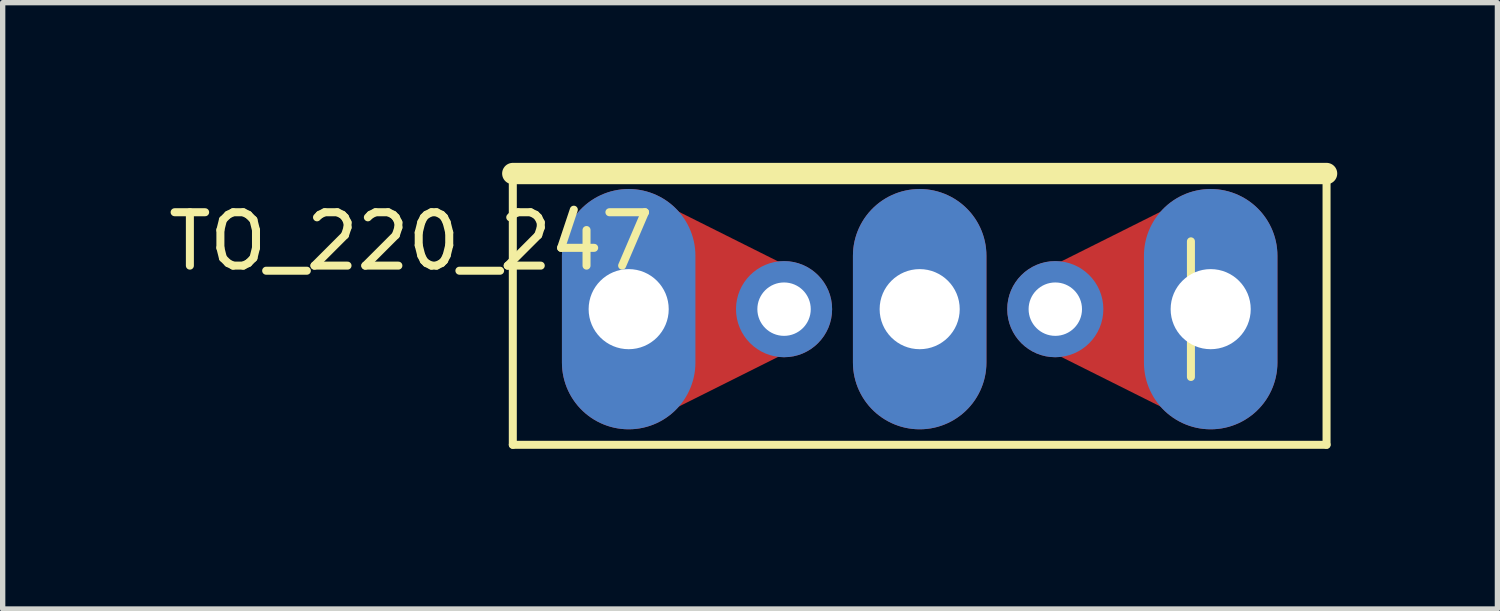
<source format=kicad_pcb>
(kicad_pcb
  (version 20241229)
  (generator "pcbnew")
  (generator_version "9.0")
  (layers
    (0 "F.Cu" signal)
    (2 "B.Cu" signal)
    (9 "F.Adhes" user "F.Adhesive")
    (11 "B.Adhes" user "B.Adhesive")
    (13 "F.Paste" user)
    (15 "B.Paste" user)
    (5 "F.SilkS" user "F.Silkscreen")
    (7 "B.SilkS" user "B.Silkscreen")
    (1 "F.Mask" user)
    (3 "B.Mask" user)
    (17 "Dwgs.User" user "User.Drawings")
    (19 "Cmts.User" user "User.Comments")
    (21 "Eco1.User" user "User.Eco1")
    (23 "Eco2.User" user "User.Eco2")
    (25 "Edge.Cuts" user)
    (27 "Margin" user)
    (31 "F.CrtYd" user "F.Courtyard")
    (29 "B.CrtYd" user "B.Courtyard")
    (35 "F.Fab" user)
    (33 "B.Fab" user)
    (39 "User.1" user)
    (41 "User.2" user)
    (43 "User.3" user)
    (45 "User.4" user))
  (footprint "TO_220_247"
    (layer "F.Cu")
    (at 14.174 2.74)
    (property "Reference" "TO_220_247" (at -9.525 -1.27 0) (layer "F.SilkS") (effects (font (size 1 1) (thickness 0.15))))
    (attr through_hole)
    (fp_line (start -5.08 -1.27) (end -2.54 0) (stroke (width 1.5) (type solid)) (layer "F.Cu"))
    (fp_line (start -2.54 0) (end -5.08 1.27) (stroke (width 1.5) (type solid)) (layer "F.Cu"))
    (fp_line (start 2.54 0) (end 5.08 -1.27) (stroke (width 1.5) (type solid)) (layer "F.Cu"))
    (fp_line (start 5.08 1.27) (end 2.54 0) (stroke (width 1.5) (type solid)) (layer "F.Cu"))
    (fp_line (start -7.62 -2.54) (end 7.62 -2.54) (stroke (width 0.4) (type solid)) (layer "F.SilkS"))
    (fp_line (start -7.62 2.54) (end -7.62 -2.54) (stroke (width 0.15) (type solid)) (layer "F.SilkS"))
    (fp_line (start 5.08 -1.27) (end 5.08 1.27) (stroke (width 0.15) (type solid)) (layer "F.SilkS"))
    (fp_line (start 7.62 -2.54) (end 7.62 2.54) (stroke (width 0.15) (type solid)) (layer "F.SilkS"))
    (fp_line (start 7.62 2.54) (end -7.62 2.54) (stroke (width 0.15) (type solid)) (layer "F.SilkS"))
    (pad "1" thru_hole oval (at -5.45 0) (size 2.5 4.5) (drill 1.5) (layers "*.Cu" "*.Mask"))
    (pad "1" thru_hole circle (at -2.54 0) (size 1.8 1.8) (drill 1) (layers "*.Cu" "*.Mask"))
    (pad "2" thru_hole oval (at 0 0) (size 2.5 4.5) (drill 1.5) (layers "*.Cu" "*.Mask"))
    (pad "3" thru_hole circle (at 2.54 0) (size 1.8 1.8) (drill 1) (layers "*.Cu" "*.Mask"))
    (pad "3" thru_hole oval (at 5.45 0) (size 2.5 4.5) (drill 1.5) (layers "*.Cu" "*.Mask")))
  (gr_rect
    (start -3 -3)
    (end 24.994 8.355)
    (stroke (width 0.1) (type default))
    (fill no)
    (layer "Edge.Cuts")))
</source>
